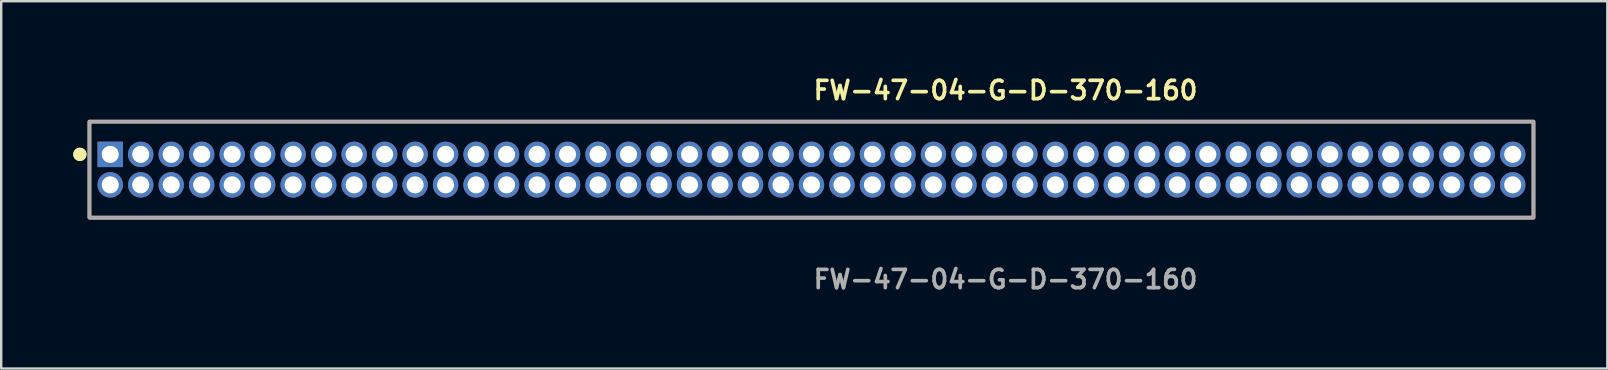
<source format=kicad_pcb>
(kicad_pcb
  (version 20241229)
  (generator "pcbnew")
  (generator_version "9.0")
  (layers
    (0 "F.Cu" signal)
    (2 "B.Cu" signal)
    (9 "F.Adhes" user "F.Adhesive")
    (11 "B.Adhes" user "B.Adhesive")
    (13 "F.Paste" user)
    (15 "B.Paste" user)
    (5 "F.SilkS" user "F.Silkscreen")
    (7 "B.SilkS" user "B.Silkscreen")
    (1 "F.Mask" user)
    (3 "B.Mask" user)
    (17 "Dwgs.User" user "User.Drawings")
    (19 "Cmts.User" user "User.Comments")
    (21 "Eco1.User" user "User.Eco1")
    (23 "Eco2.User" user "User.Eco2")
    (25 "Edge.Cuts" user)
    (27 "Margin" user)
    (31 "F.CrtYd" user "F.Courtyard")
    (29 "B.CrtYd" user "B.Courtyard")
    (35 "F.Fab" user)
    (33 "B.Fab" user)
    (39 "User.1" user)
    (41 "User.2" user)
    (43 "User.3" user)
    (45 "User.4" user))
  (footprint "FW-47-04-G-D-370-160"
    (layer "F.Cu")
    (at 30.751 4.015)
    (property "Reference" "FW-47-04-G-D-370-160" (at 0 -3.302 0) (unlocked yes) (layer "F.SilkS") (effects (font (size 0.762 0.762) (thickness 0.152)) (justify left)))
    (fp_rect (start -30.075 2) (end 30.075 -2) (stroke (width 0.152) (type solid)) (fill no) (layer "F.SilkS"))
    (fp_circle (center -30.475 -0.635) (end -30.675 -0.635) (stroke (width 0.152) (type solid)) (fill yes) (layer "F.SilkS"))
    (fp_circle (center -30.475 -0.635) (end -30.675 -0.635) (stroke (width 0.152) (type solid)) (fill yes) (layer "F.SilkS"))
    (fp_rect (start -30.075 2) (end 30.075 -2) (stroke (width 0.006) (type solid)) (fill no) (layer "F.CrtYd"))
    (fp_rect (start -30.075 2) (end 30.075 -2) (stroke (width 0.152) (type solid)) (fill no) (layer "F.Fab"))
    (fp_text user "${REFERENCE}" (at 0 4.572 0) (unlocked yes) (layer "F.Fab") (effects (font (size 0.762 0.762) (thickness 0.152)) (justify left)))
    (pad "1" thru_hole rect (at -29.21 -0.635) (size 1.06 1.06) (drill 0.71) (layers "*.Cu" "*.Mask"))
    (pad "2" thru_hole circle (at -29.21 0.635) (size 1.06 1.06) (drill 0.71) (layers "*.Cu" "*.Mask"))
    (pad "3" thru_hole circle (at -27.94 -0.635) (size 1.06 1.06) (drill 0.71) (layers "*.Cu" "*.Mask"))
    (pad "4" thru_hole circle (at -27.94 0.635) (size 1.06 1.06) (drill 0.71) (layers "*.Cu" "*.Mask"))
    (pad "5" thru_hole circle (at -26.67 -0.635) (size 1.06 1.06) (drill 0.71) (layers "*.Cu" "*.Mask"))
    (pad "6" thru_hole circle (at -26.67 0.635) (size 1.06 1.06) (drill 0.71) (layers "*.Cu" "*.Mask"))
    (pad "7" thru_hole circle (at -25.4 -0.635) (size 1.06 1.06) (drill 0.71) (layers "*.Cu" "*.Mask"))
    (pad "8" thru_hole circle (at -25.4 0.635) (size 1.06 1.06) (drill 0.71) (layers "*.Cu" "*.Mask"))
    (pad "9" thru_hole circle (at -24.13 -0.635) (size 1.06 1.06) (drill 0.71) (layers "*.Cu" "*.Mask"))
    (pad "10" thru_hole circle (at -24.13 0.635) (size 1.06 1.06) (drill 0.71) (layers "*.Cu" "*.Mask"))
    (pad "11" thru_hole circle (at -22.86 -0.635) (size 1.06 1.06) (drill 0.71) (layers "*.Cu" "*.Mask"))
    (pad "12" thru_hole circle (at -22.86 0.635) (size 1.06 1.06) (drill 0.71) (layers "*.Cu" "*.Mask"))
    (pad "13" thru_hole circle (at -21.59 -0.635) (size 1.06 1.06) (drill 0.71) (layers "*.Cu" "*.Mask"))
    (pad "14" thru_hole circle (at -21.59 0.635) (size 1.06 1.06) (drill 0.71) (layers "*.Cu" "*.Mask"))
    (pad "15" thru_hole circle (at -20.32 -0.635) (size 1.06 1.06) (drill 0.71) (layers "*.Cu" "*.Mask"))
    (pad "16" thru_hole circle (at -20.32 0.635) (size 1.06 1.06) (drill 0.71) (layers "*.Cu" "*.Mask"))
    (pad "17" thru_hole circle (at -19.05 -0.635) (size 1.06 1.06) (drill 0.71) (layers "*.Cu" "*.Mask"))
    (pad "18" thru_hole circle (at -19.05 0.635) (size 1.06 1.06) (drill 0.71) (layers "*.Cu" "*.Mask"))
    (pad "19" thru_hole circle (at -17.78 -0.635) (size 1.06 1.06) (drill 0.71) (layers "*.Cu" "*.Mask"))
    (pad "20" thru_hole circle (at -17.78 0.635) (size 1.06 1.06) (drill 0.71) (layers "*.Cu" "*.Mask"))
    (pad "21" thru_hole circle (at -16.51 -0.635) (size 1.06 1.06) (drill 0.71) (layers "*.Cu" "*.Mask"))
    (pad "22" thru_hole circle (at -16.51 0.635) (size 1.06 1.06) (drill 0.71) (layers "*.Cu" "*.Mask"))
    (pad "23" thru_hole circle (at -15.24 -0.635) (size 1.06 1.06) (drill 0.71) (layers "*.Cu" "*.Mask"))
    (pad "24" thru_hole circle (at -15.24 0.635) (size 1.06 1.06) (drill 0.71) (layers "*.Cu" "*.Mask"))
    (pad "25" thru_hole circle (at -13.97 -0.635) (size 1.06 1.06) (drill 0.71) (layers "*.Cu" "*.Mask"))
    (pad "26" thru_hole circle (at -13.97 0.635) (size 1.06 1.06) (drill 0.71) (layers "*.Cu" "*.Mask"))
    (pad "27" thru_hole circle (at -12.7 -0.635) (size 1.06 1.06) (drill 0.71) (layers "*.Cu" "*.Mask"))
    (pad "28" thru_hole circle (at -12.7 0.635) (size 1.06 1.06) (drill 0.71) (layers "*.Cu" "*.Mask"))
    (pad "29" thru_hole circle (at -11.43 -0.635) (size 1.06 1.06) (drill 0.71) (layers "*.Cu" "*.Mask"))
    (pad "30" thru_hole circle (at -11.43 0.635) (size 1.06 1.06) (drill 0.71) (layers "*.Cu" "*.Mask"))
    (pad "31" thru_hole circle (at -10.16 -0.635) (size 1.06 1.06) (drill 0.71) (layers "*.Cu" "*.Mask"))
    (pad "32" thru_hole circle (at -10.16 0.635) (size 1.06 1.06) (drill 0.71) (layers "*.Cu" "*.Mask"))
    (pad "33" thru_hole circle (at -8.89 -0.635) (size 1.06 1.06) (drill 0.71) (layers "*.Cu" "*.Mask"))
    (pad "34" thru_hole circle (at -8.89 0.635) (size 1.06 1.06) (drill 0.71) (layers "*.Cu" "*.Mask"))
    (pad "35" thru_hole circle (at -7.62 -0.635) (size 1.06 1.06) (drill 0.71) (layers "*.Cu" "*.Mask"))
    (pad "36" thru_hole circle (at -7.62 0.635) (size 1.06 1.06) (drill 0.71) (layers "*.Cu" "*.Mask"))
    (pad "37" thru_hole circle (at -6.35 -0.635) (size 1.06 1.06) (drill 0.71) (layers "*.Cu" "*.Mask"))
    (pad "38" thru_hole circle (at -6.35 0.635) (size 1.06 1.06) (drill 0.71) (layers "*.Cu" "*.Mask"))
    (pad "39" thru_hole circle (at -5.08 -0.635) (size 1.06 1.06) (drill 0.71) (layers "*.Cu" "*.Mask"))
    (pad "40" thru_hole circle (at -5.08 0.635) (size 1.06 1.06) (drill 0.71) (layers "*.Cu" "*.Mask"))
    (pad "41" thru_hole circle (at -3.81 -0.635) (size 1.06 1.06) (drill 0.71) (layers "*.Cu" "*.Mask"))
    (pad "42" thru_hole circle (at -3.81 0.635) (size 1.06 1.06) (drill 0.71) (layers "*.Cu" "*.Mask"))
    (pad "43" thru_hole circle (at -2.54 -0.635) (size 1.06 1.06) (drill 0.71) (layers "*.Cu" "*.Mask"))
    (pad "44" thru_hole circle (at -2.54 0.635) (size 1.06 1.06) (drill 0.71) (layers "*.Cu" "*.Mask"))
    (pad "45" thru_hole circle (at -1.27 -0.635) (size 1.06 1.06) (drill 0.71) (layers "*.Cu" "*.Mask"))
    (pad "46" thru_hole circle (at -1.27 0.635) (size 1.06 1.06) (drill 0.71) (layers "*.Cu" "*.Mask"))
    (pad "47" thru_hole circle (at 0 -0.635) (size 1.06 1.06) (drill 0.71) (layers "*.Cu" "*.Mask"))
    (pad "48" thru_hole circle (at 0 0.635) (size 1.06 1.06) (drill 0.71) (layers "*.Cu" "*.Mask"))
    (pad "49" thru_hole circle (at 1.27 -0.635) (size 1.06 1.06) (drill 0.71) (layers "*.Cu" "*.Mask"))
    (pad "50" thru_hole circle (at 1.27 0.635) (size 1.06 1.06) (drill 0.71) (layers "*.Cu" "*.Mask"))
    (pad "51" thru_hole circle (at 2.54 -0.635) (size 1.06 1.06) (drill 0.71) (layers "*.Cu" "*.Mask"))
    (pad "52" thru_hole circle (at 2.54 0.635) (size 1.06 1.06) (drill 0.71) (layers "*.Cu" "*.Mask"))
    (pad "53" thru_hole circle (at 3.81 -0.635) (size 1.06 1.06) (drill 0.71) (layers "*.Cu" "*.Mask"))
    (pad "54" thru_hole circle (at 3.81 0.635) (size 1.06 1.06) (drill 0.71) (layers "*.Cu" "*.Mask"))
    (pad "55" thru_hole circle (at 5.08 -0.635) (size 1.06 1.06) (drill 0.71) (layers "*.Cu" "*.Mask"))
    (pad "56" thru_hole circle (at 5.08 0.635) (size 1.06 1.06) (drill 0.71) (layers "*.Cu" "*.Mask"))
    (pad "57" thru_hole circle (at 6.35 -0.635) (size 1.06 1.06) (drill 0.71) (layers "*.Cu" "*.Mask"))
    (pad "58" thru_hole circle (at 6.35 0.635) (size 1.06 1.06) (drill 0.71) (layers "*.Cu" "*.Mask"))
    (pad "59" thru_hole circle (at 7.62 -0.635) (size 1.06 1.06) (drill 0.71) (layers "*.Cu" "*.Mask"))
    (pad "60" thru_hole circle (at 7.62 0.635) (size 1.06 1.06) (drill 0.71) (layers "*.Cu" "*.Mask"))
    (pad "61" thru_hole circle (at 8.89 -0.635) (size 1.06 1.06) (drill 0.71) (layers "*.Cu" "*.Mask"))
    (pad "62" thru_hole circle (at 8.89 0.635) (size 1.06 1.06) (drill 0.71) (layers "*.Cu" "*.Mask"))
    (pad "63" thru_hole circle (at 10.16 -0.635) (size 1.06 1.06) (drill 0.71) (layers "*.Cu" "*.Mask"))
    (pad "64" thru_hole circle (at 10.16 0.635) (size 1.06 1.06) (drill 0.71) (layers "*.Cu" "*.Mask"))
    (pad "65" thru_hole circle (at 11.43 -0.635) (size 1.06 1.06) (drill 0.71) (layers "*.Cu" "*.Mask"))
    (pad "66" thru_hole circle (at 11.43 0.635) (size 1.06 1.06) (drill 0.71) (layers "*.Cu" "*.Mask"))
    (pad "67" thru_hole circle (at 12.7 -0.635) (size 1.06 1.06) (drill 0.71) (layers "*.Cu" "*.Mask"))
    (pad "68" thru_hole circle (at 12.7 0.635) (size 1.06 1.06) (drill 0.71) (layers "*.Cu" "*.Mask"))
    (pad "69" thru_hole circle (at 13.97 -0.635) (size 1.06 1.06) (drill 0.71) (layers "*.Cu" "*.Mask"))
    (pad "70" thru_hole circle (at 13.97 0.635) (size 1.06 1.06) (drill 0.71) (layers "*.Cu" "*.Mask"))
    (pad "71" thru_hole circle (at 15.24 -0.635) (size 1.06 1.06) (drill 0.71) (layers "*.Cu" "*.Mask"))
    (pad "72" thru_hole circle (at 15.24 0.635) (size 1.06 1.06) (drill 0.71) (layers "*.Cu" "*.Mask"))
    (pad "73" thru_hole circle (at 16.51 -0.635) (size 1.06 1.06) (drill 0.71) (layers "*.Cu" "*.Mask"))
    (pad "74" thru_hole circle (at 16.51 0.635) (size 1.06 1.06) (drill 0.71) (layers "*.Cu" "*.Mask"))
    (pad "75" thru_hole circle (at 17.78 -0.635) (size 1.06 1.06) (drill 0.71) (layers "*.Cu" "*.Mask"))
    (pad "76" thru_hole circle (at 17.78 0.635) (size 1.06 1.06) (drill 0.71) (layers "*.Cu" "*.Mask"))
    (pad "77" thru_hole circle (at 19.05 -0.635) (size 1.06 1.06) (drill 0.71) (layers "*.Cu" "*.Mask"))
    (pad "78" thru_hole circle (at 19.05 0.635) (size 1.06 1.06) (drill 0.71) (layers "*.Cu" "*.Mask"))
    (pad "79" thru_hole circle (at 20.32 -0.635) (size 1.06 1.06) (drill 0.71) (layers "*.Cu" "*.Mask"))
    (pad "80" thru_hole circle (at 20.32 0.635) (size 1.06 1.06) (drill 0.71) (layers "*.Cu" "*.Mask"))
    (pad "81" thru_hole circle (at 21.59 -0.635) (size 1.06 1.06) (drill 0.71) (layers "*.Cu" "*.Mask"))
    (pad "82" thru_hole circle (at 21.59 0.635) (size 1.06 1.06) (drill 0.71) (layers "*.Cu" "*.Mask"))
    (pad "83" thru_hole circle (at 22.86 -0.635) (size 1.06 1.06) (drill 0.71) (layers "*.Cu" "*.Mask"))
    (pad "84" thru_hole circle (at 22.86 0.635) (size 1.06 1.06) (drill 0.71) (layers "*.Cu" "*.Mask"))
    (pad "85" thru_hole circle (at 24.13 -0.635) (size 1.06 1.06) (drill 0.71) (layers "*.Cu" "*.Mask"))
    (pad "86" thru_hole circle (at 24.13 0.635) (size 1.06 1.06) (drill 0.71) (layers "*.Cu" "*.Mask"))
    (pad "87" thru_hole circle (at 25.4 -0.635) (size 1.06 1.06) (drill 0.71) (layers "*.Cu" "*.Mask"))
    (pad "88" thru_hole circle (at 25.4 0.635) (size 1.06 1.06) (drill 0.71) (layers "*.Cu" "*.Mask"))
    (pad "89" thru_hole circle (at 26.67 -0.635) (size 1.06 1.06) (drill 0.71) (layers "*.Cu" "*.Mask"))
    (pad "90" thru_hole circle (at 26.67 0.635) (size 1.06 1.06) (drill 0.71) (layers "*.Cu" "*.Mask"))
    (pad "91" thru_hole circle (at 27.94 -0.635) (size 1.06 1.06) (drill 0.71) (layers "*.Cu" "*.Mask"))
    (pad "92" thru_hole circle (at 27.94 0.635) (size 1.06 1.06) (drill 0.71) (layers "*.Cu" "*.Mask"))
    (pad "93" thru_hole circle (at 29.21 -0.635) (size 1.06 1.06) (drill 0.71) (layers "*.Cu" "*.Mask"))
    (pad "94" thru_hole circle (at 29.21 0.635) (size 1.06 1.06) (drill 0.71) (layers "*.Cu" "*.Mask")))
  (gr_rect
    (start -3 -3)
    (end 63.902 12.3)
    (stroke (width 0.1) (type default))
    (fill no)
    (layer "Edge.Cuts")))
</source>
